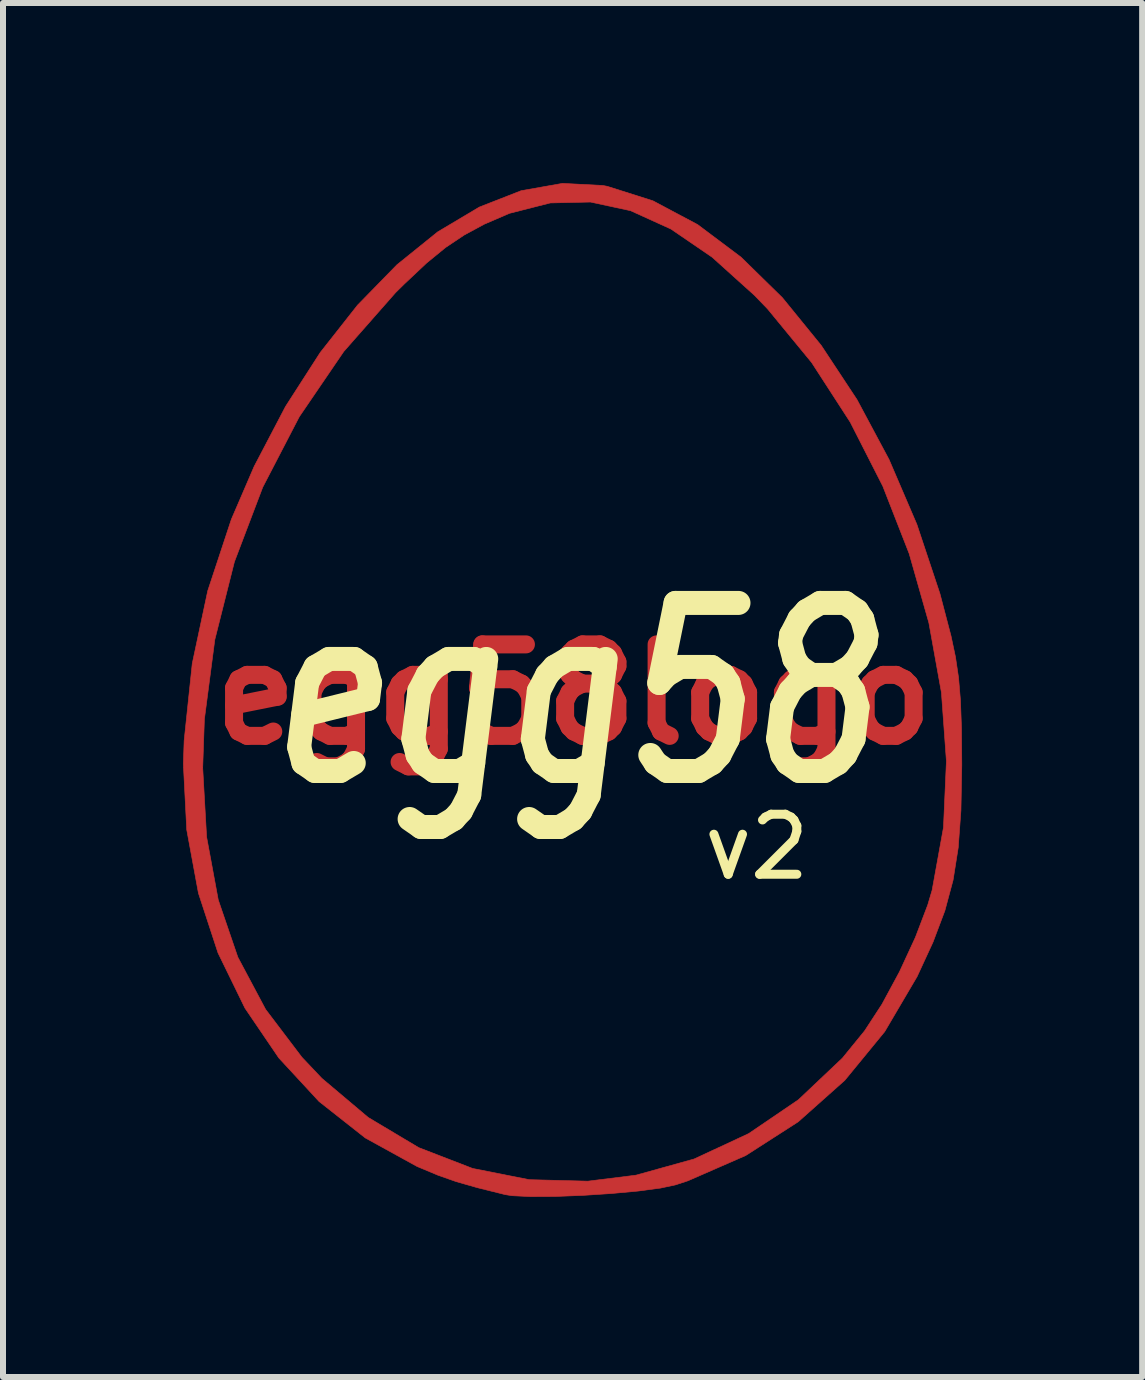
<source format=kicad_pcb>
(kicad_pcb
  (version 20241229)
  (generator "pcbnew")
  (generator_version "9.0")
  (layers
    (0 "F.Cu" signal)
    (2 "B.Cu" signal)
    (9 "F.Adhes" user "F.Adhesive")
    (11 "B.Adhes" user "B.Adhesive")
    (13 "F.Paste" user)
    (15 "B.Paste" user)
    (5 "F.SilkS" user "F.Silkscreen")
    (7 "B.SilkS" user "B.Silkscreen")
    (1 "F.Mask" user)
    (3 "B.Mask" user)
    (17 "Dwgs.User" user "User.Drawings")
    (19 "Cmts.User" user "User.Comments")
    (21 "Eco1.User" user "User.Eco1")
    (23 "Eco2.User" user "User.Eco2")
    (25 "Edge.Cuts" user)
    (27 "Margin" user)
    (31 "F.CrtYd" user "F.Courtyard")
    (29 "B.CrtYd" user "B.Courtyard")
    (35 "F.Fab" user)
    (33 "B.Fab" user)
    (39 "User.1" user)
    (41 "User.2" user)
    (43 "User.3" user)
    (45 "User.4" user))
  (footprint "egg58logo"
    (layer "F.Cu")
    (at 6.51 8.52)
    (property "Reference" "egg58logo" (at 0 0 0) (layer "F.Cu") (effects (font (size 1.524 1.524) (thickness 0.3))))
    (attr through_hole)
    (fp_poly (pts (xy 0.483 -8.48) (xy 0.557 -8.466) (xy 1.317 -8.225) (xy 2.063 -7.828) (xy 2.785 -7.286) (xy 3.474 -6.611) (xy 4.121 -5.816) (xy 4.717 -4.913) (xy 5.251 -3.915) (xy 5.715 -2.833) (xy 6.099 -1.68) (xy 6.284 -0.974) (xy 6.358 -0.625) (xy 6.409 -0.282) (xy 6.441 0.099) (xy 6.458 0.559) (xy 6.463 1.144) (xy 6.463 1.185) (xy 6.449 1.929) (xy 6.404 2.55) (xy 6.318 3.093) (xy 6.181 3.603) (xy 5.984 4.125) (xy 5.719 4.699) (xy 5.179 5.617) (xy 4.514 6.428) (xy 3.738 7.119) (xy 2.863 7.681) (xy 1.9 8.102) (xy 1.693 8.17) (xy 1.44 8.224) (xy 1.069 8.273) (xy 0.623 8.314) (xy 0.147 8.345) (xy -0.316 8.363) (xy -0.723 8.365) (xy -1.03 8.35) (xy -1.143 8.332) (xy -1.605 8.217) (xy -1.959 8.116) (xy -2.263 8.009) (xy -2.576 7.878) (xy -2.612 7.863) (xy -3.474 7.388) (xy -4.244 6.781) (xy -4.915 6.055) (xy -5.479 5.225) (xy -5.928 4.305) (xy -6.254 3.31) (xy -6.449 2.254) (xy -6.502 1.222) (xy -6.183 1.222) (xy -6.118 2.374) (xy -5.924 3.422) (xy -5.598 4.376) (xy -5.135 5.246) (xy -4.531 6.043) (xy -4.199 6.394) (xy -3.425 7.047) (xy -2.584 7.549) (xy -1.686 7.896) (xy -0.743 8.083) (xy 0.234 8.108) (xy 1.035 8.008) (xy 2.005 7.738) (xy 2.913 7.315) (xy 3.742 6.751) (xy 4.474 6.058) (xy 4.844 5.604) (xy 5.133 5.161) (xy 5.425 4.62) (xy 5.69 4.047) (xy 5.896 3.506) (xy 5.969 3.26) (xy 6.158 2.216) (xy 6.207 1.111) (xy 6.124 -0.033) (xy 5.915 -1.193) (xy 5.587 -2.346) (xy 5.148 -3.469) (xy 4.604 -4.538) (xy 3.962 -5.53) (xy 3.228 -6.423) (xy 3.009 -6.65) (xy 2.304 -7.285) (xy 1.618 -7.754) (xy 0.945 -8.06) (xy 0.277 -8.204) (xy -0.393 -8.189) (xy -1.072 -8.016) (xy -1.488 -7.837) (xy -1.827 -7.654) (xy -2.135 -7.448) (xy -2.453 -7.188) (xy -2.823 -6.84) (xy -2.97 -6.695) (xy -3.833 -5.714) (xy -4.574 -4.627) (xy -5.183 -3.453) (xy -5.655 -2.21) (xy -5.981 -0.915) (xy -6.155 0.413) (xy -6.183 1.222) (xy -6.502 1.222) (xy -6.505 1.15) (xy -6.492 0.767) (xy -6.357 -0.516) (xy -6.099 -1.727) (xy -5.706 -2.917) (xy -5.326 -3.799) (xy -4.803 -4.798) (xy -4.225 -5.697) (xy -3.603 -6.487) (xy -2.947 -7.159) (xy -2.268 -7.707) (xy -1.575 -8.12) (xy -0.878 -8.393) (xy -0.189 -8.515) (xy 0.483 -8.48)) (stroke (width 0.01) (type solid)) (fill yes) (layer "F.Cu"))
    (fp_poly (pts (xy 0.483 -8.48) (xy 0.557 -8.466) (xy 1.317 -8.225) (xy 2.063 -7.828) (xy 2.785 -7.286) (xy 3.474 -6.611) (xy 4.121 -5.816) (xy 4.717 -4.913) (xy 5.251 -3.915) (xy 5.715 -2.833) (xy 6.099 -1.68) (xy 6.284 -0.974) (xy 6.358 -0.625) (xy 6.409 -0.282) (xy 6.441 0.099) (xy 6.458 0.559) (xy 6.463 1.144) (xy 6.463 1.185) (xy 6.449 1.929) (xy 6.404 2.55) (xy 6.318 3.093) (xy 6.181 3.603) (xy 5.984 4.125) (xy 5.719 4.699) (xy 5.179 5.617) (xy 4.514 6.428) (xy 3.738 7.119) (xy 2.863 7.681) (xy 1.9 8.102) (xy 1.693 8.17) (xy 1.44 8.224) (xy 1.069 8.273) (xy 0.623 8.314) (xy 0.147 8.345) (xy -0.316 8.363) (xy -0.723 8.365) (xy -1.03 8.35) (xy -1.143 8.332) (xy -1.605 8.217) (xy -1.959 8.116) (xy -2.263 8.009) (xy -2.576 7.878) (xy -2.612 7.863) (xy -3.474 7.388) (xy -4.244 6.781) (xy -4.915 6.055) (xy -5.479 5.225) (xy -5.928 4.305) (xy -6.254 3.31) (xy -6.449 2.254) (xy -6.502 1.222) (xy -6.183 1.222) (xy -6.118 2.374) (xy -5.924 3.422) (xy -5.598 4.376) (xy -5.135 5.246) (xy -4.531 6.043) (xy -4.199 6.394) (xy -3.425 7.047) (xy -2.584 7.549) (xy -1.686 7.896) (xy -0.743 8.083) (xy 0.234 8.108) (xy 1.035 8.008) (xy 2.005 7.738) (xy 2.913 7.315) (xy 3.742 6.751) (xy 4.474 6.058) (xy 4.844 5.604) (xy 5.133 5.161) (xy 5.425 4.62) (xy 5.69 4.047) (xy 5.896 3.506) (xy 5.969 3.26) (xy 6.158 2.216) (xy 6.207 1.111) (xy 6.124 -0.033) (xy 5.915 -1.193) (xy 5.587 -2.346) (xy 5.148 -3.469) (xy 4.604 -4.538) (xy 3.962 -5.53) (xy 3.228 -6.423) (xy 3.009 -6.65) (xy 2.304 -7.285) (xy 1.618 -7.754) (xy 0.945 -8.06) (xy 0.277 -8.204) (xy -0.393 -8.189) (xy -1.072 -8.016) (xy -1.488 -7.837) (xy -1.827 -7.654) (xy -2.135 -7.448) (xy -2.453 -7.188) (xy -2.823 -6.84) (xy -2.97 -6.695) (xy -3.833 -5.714) (xy -4.574 -4.627) (xy -5.183 -3.453) (xy -5.655 -2.21) (xy -5.981 -0.915) (xy -6.155 0.413) (xy -6.183 1.222) (xy -6.502 1.222) (xy -6.505 1.15) (xy -6.492 0.767) (xy -6.357 -0.516) (xy -6.099 -1.727) (xy -5.706 -2.917) (xy -5.326 -3.799) (xy -4.803 -4.798) (xy -4.225 -5.697) (xy -3.603 -6.487) (xy -2.947 -7.159) (xy -2.268 -7.707) (xy -1.575 -8.12) (xy -0.878 -8.393) (xy -0.189 -8.515) (xy 0.483 -8.48)) (stroke (width 0.01) (type solid)) (fill yes) (layer "F.Mask"))
    (fp_text user "v2" (at 3.048 2.54 0) (layer "F.SilkS") (effects (font (size 1 1) (thickness 0.15))))
    (fp_text user "egg58" (at 0 0 0) (layer "F.SilkS") (effects (font (size 2.8 2.2) (thickness 0.4) (italic yes)))))
  (gr_rect
    (start -3 -3)
    (end 15.978 19.89)
    (stroke (width 0.1) (type default))
    (fill no)
    (layer "Edge.Cuts")))
</source>
